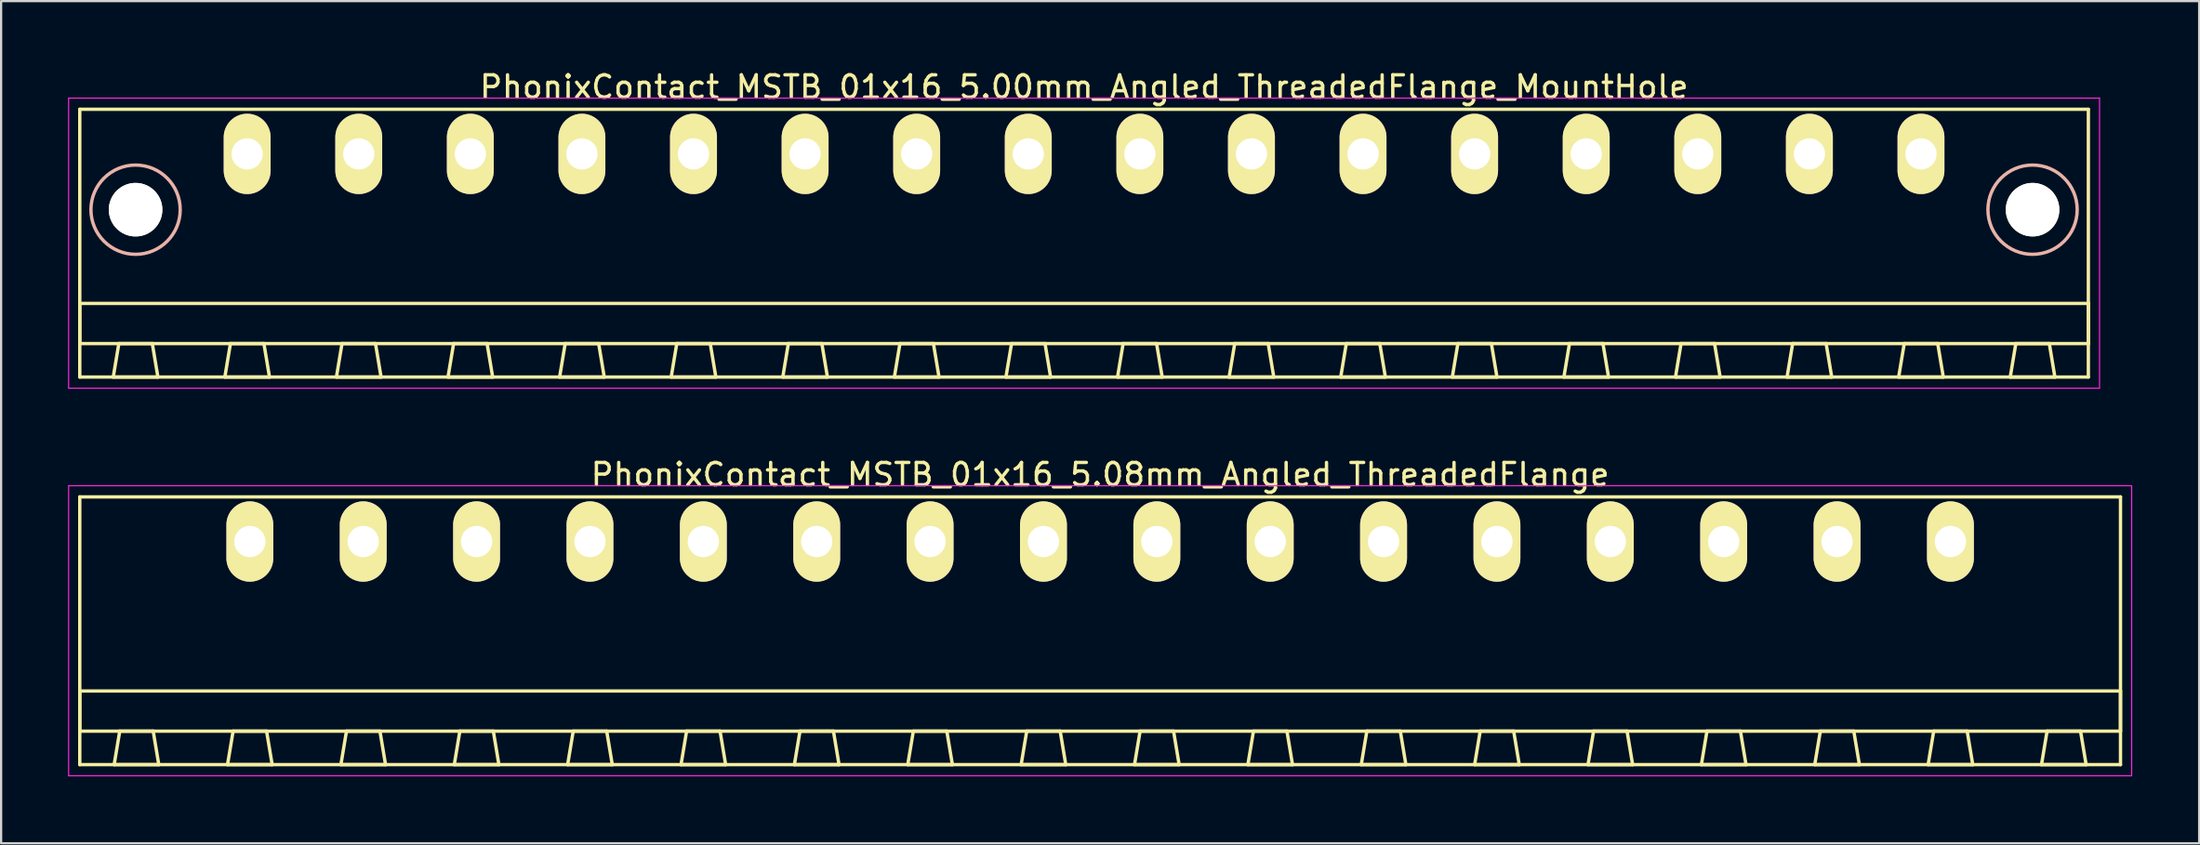
<source format=kicad_pcb>
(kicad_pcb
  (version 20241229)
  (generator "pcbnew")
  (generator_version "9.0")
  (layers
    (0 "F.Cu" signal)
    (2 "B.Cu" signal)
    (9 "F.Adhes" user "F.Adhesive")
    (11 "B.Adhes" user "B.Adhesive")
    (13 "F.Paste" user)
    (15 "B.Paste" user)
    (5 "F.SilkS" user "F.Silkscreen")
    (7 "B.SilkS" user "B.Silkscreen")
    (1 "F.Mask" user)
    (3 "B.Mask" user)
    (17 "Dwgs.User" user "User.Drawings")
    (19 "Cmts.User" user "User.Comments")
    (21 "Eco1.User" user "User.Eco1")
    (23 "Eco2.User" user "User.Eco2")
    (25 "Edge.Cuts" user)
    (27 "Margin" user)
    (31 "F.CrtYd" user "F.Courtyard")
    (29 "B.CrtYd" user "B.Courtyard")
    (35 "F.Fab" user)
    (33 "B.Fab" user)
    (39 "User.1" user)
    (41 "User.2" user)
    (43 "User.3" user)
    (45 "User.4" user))
  (footprint "PhonixContact_MSTB_01x16_5.08mm_Angled_ThreadedFlange"
    (layer "F.Cu")
    (at 8.145 21.221)
    (property "Reference" "PhonixContact_MSTB_01x16_5.08mm_Angled_ThreadedFlange" (at 38.1 -3 0) (layer "F.SilkS") (effects (font (size 1 1) (thickness 0.15))))
    (attr through_hole)
    (fp_line (start -7.62 -2) (end -7.62 10) (stroke (width 0.15) (type solid)) (layer "F.SilkS"))
    (fp_line (start -7.62 6.7) (end 83.82 6.7) (stroke (width 0.15) (type solid)) (layer "F.SilkS"))
    (fp_line (start -7.62 8.5) (end -7.62 6.7) (stroke (width 0.15) (type solid)) (layer "F.SilkS"))
    (fp_line (start -7.62 10) (end 83.82 10) (stroke (width 0.15) (type solid)) (layer "F.SilkS"))
    (fp_line (start -6.08 10) (end -4.08 10) (stroke (width 0.15) (type solid)) (layer "F.SilkS"))
    (fp_line (start -5.83 8.5) (end -6.08 10) (stroke (width 0.15) (type solid)) (layer "F.SilkS"))
    (fp_line (start -4.33 8.5) (end -5.83 8.5) (stroke (width 0.15) (type solid)) (layer "F.SilkS"))
    (fp_line (start -4.08 10) (end -4.33 8.5) (stroke (width 0.15) (type solid)) (layer "F.SilkS"))
    (fp_line (start -1 10) (end 1 10) (stroke (width 0.15) (type solid)) (layer "F.SilkS"))
    (fp_line (start -0.75 8.5) (end -1 10) (stroke (width 0.15) (type solid)) (layer "F.SilkS"))
    (fp_line (start 0.75 8.5) (end -0.75 8.5) (stroke (width 0.15) (type solid)) (layer "F.SilkS"))
    (fp_line (start 1 10) (end 0.75 8.5) (stroke (width 0.15) (type solid)) (layer "F.SilkS"))
    (fp_line (start 4.08 10) (end 6.08 10) (stroke (width 0.15) (type solid)) (layer "F.SilkS"))
    (fp_line (start 4.33 8.5) (end 4.08 10) (stroke (width 0.15) (type solid)) (layer "F.SilkS"))
    (fp_line (start 5.83 8.5) (end 4.33 8.5) (stroke (width 0.15) (type solid)) (layer "F.SilkS"))
    (fp_line (start 6.08 10) (end 5.83 8.5) (stroke (width 0.15) (type solid)) (layer "F.SilkS"))
    (fp_line (start 9.16 10) (end 11.16 10) (stroke (width 0.15) (type solid)) (layer "F.SilkS"))
    (fp_line (start 9.41 8.5) (end 9.16 10) (stroke (width 0.15) (type solid)) (layer "F.SilkS"))
    (fp_line (start 10.91 8.5) (end 9.41 8.5) (stroke (width 0.15) (type solid)) (layer "F.SilkS"))
    (fp_line (start 11.16 10) (end 10.91 8.5) (stroke (width 0.15) (type solid)) (layer "F.SilkS"))
    (fp_line (start 14.24 10) (end 16.24 10) (stroke (width 0.15) (type solid)) (layer "F.SilkS"))
    (fp_line (start 14.49 8.5) (end 14.24 10) (stroke (width 0.15) (type solid)) (layer "F.SilkS"))
    (fp_line (start 15.99 8.5) (end 14.49 8.5) (stroke (width 0.15) (type solid)) (layer "F.SilkS"))
    (fp_line (start 16.24 10) (end 15.99 8.5) (stroke (width 0.15) (type solid)) (layer "F.SilkS"))
    (fp_line (start 19.32 10) (end 21.32 10) (stroke (width 0.15) (type solid)) (layer "F.SilkS"))
    (fp_line (start 19.57 8.5) (end 19.32 10) (stroke (width 0.15) (type solid)) (layer "F.SilkS"))
    (fp_line (start 21.07 8.5) (end 19.57 8.5) (stroke (width 0.15) (type solid)) (layer "F.SilkS"))
    (fp_line (start 21.32 10) (end 21.07 8.5) (stroke (width 0.15) (type solid)) (layer "F.SilkS"))
    (fp_line (start 24.4 10) (end 26.4 10) (stroke (width 0.15) (type solid)) (layer "F.SilkS"))
    (fp_line (start 24.65 8.5) (end 24.4 10) (stroke (width 0.15) (type solid)) (layer "F.SilkS"))
    (fp_line (start 26.15 8.5) (end 24.65 8.5) (stroke (width 0.15) (type solid)) (layer "F.SilkS"))
    (fp_line (start 26.4 10) (end 26.15 8.5) (stroke (width 0.15) (type solid)) (layer "F.SilkS"))
    (fp_line (start 29.48 10) (end 31.48 10) (stroke (width 0.15) (type solid)) (layer "F.SilkS"))
    (fp_line (start 29.73 8.5) (end 29.48 10) (stroke (width 0.15) (type solid)) (layer "F.SilkS"))
    (fp_line (start 31.23 8.5) (end 29.73 8.5) (stroke (width 0.15) (type solid)) (layer "F.SilkS"))
    (fp_line (start 31.48 10) (end 31.23 8.5) (stroke (width 0.15) (type solid)) (layer "F.SilkS"))
    (fp_line (start 34.56 10) (end 36.56 10) (stroke (width 0.15) (type solid)) (layer "F.SilkS"))
    (fp_line (start 34.81 8.5) (end 34.56 10) (stroke (width 0.15) (type solid)) (layer "F.SilkS"))
    (fp_line (start 36.31 8.5) (end 34.81 8.5) (stroke (width 0.15) (type solid)) (layer "F.SilkS"))
    (fp_line (start 36.56 10) (end 36.31 8.5) (stroke (width 0.15) (type solid)) (layer "F.SilkS"))
    (fp_line (start 39.64 10) (end 41.64 10) (stroke (width 0.15) (type solid)) (layer "F.SilkS"))
    (fp_line (start 39.89 8.5) (end 39.64 10) (stroke (width 0.15) (type solid)) (layer "F.SilkS"))
    (fp_line (start 41.39 8.5) (end 39.89 8.5) (stroke (width 0.15) (type solid)) (layer "F.SilkS"))
    (fp_line (start 41.64 10) (end 41.39 8.5) (stroke (width 0.15) (type solid)) (layer "F.SilkS"))
    (fp_line (start 44.72 10) (end 46.72 10) (stroke (width 0.15) (type solid)) (layer "F.SilkS"))
    (fp_line (start 44.97 8.5) (end 44.72 10) (stroke (width 0.15) (type solid)) (layer "F.SilkS"))
    (fp_line (start 46.47 8.5) (end 44.97 8.5) (stroke (width 0.15) (type solid)) (layer "F.SilkS"))
    (fp_line (start 46.72 10) (end 46.47 8.5) (stroke (width 0.15) (type solid)) (layer "F.SilkS"))
    (fp_line (start 49.8 10) (end 51.8 10) (stroke (width 0.15) (type solid)) (layer "F.SilkS"))
    (fp_line (start 50.05 8.5) (end 49.8 10) (stroke (width 0.15) (type solid)) (layer "F.SilkS"))
    (fp_line (start 51.55 8.5) (end 50.05 8.5) (stroke (width 0.15) (type solid)) (layer "F.SilkS"))
    (fp_line (start 51.8 10) (end 51.55 8.5) (stroke (width 0.15) (type solid)) (layer "F.SilkS"))
    (fp_line (start 54.88 10) (end 56.88 10) (stroke (width 0.15) (type solid)) (layer "F.SilkS"))
    (fp_line (start 55.13 8.5) (end 54.88 10) (stroke (width 0.15) (type solid)) (layer "F.SilkS"))
    (fp_line (start 56.63 8.5) (end 55.13 8.5) (stroke (width 0.15) (type solid)) (layer "F.SilkS"))
    (fp_line (start 56.88 10) (end 56.63 8.5) (stroke (width 0.15) (type solid)) (layer "F.SilkS"))
    (fp_line (start 59.96 10) (end 61.96 10) (stroke (width 0.15) (type solid)) (layer "F.SilkS"))
    (fp_line (start 60.21 8.5) (end 59.96 10) (stroke (width 0.15) (type solid)) (layer "F.SilkS"))
    (fp_line (start 61.71 8.5) (end 60.21 8.5) (stroke (width 0.15) (type solid)) (layer "F.SilkS"))
    (fp_line (start 61.96 10) (end 61.71 8.5) (stroke (width 0.15) (type solid)) (layer "F.SilkS"))
    (fp_line (start 65.04 10) (end 67.04 10) (stroke (width 0.15) (type solid)) (layer "F.SilkS"))
    (fp_line (start 65.29 8.5) (end 65.04 10) (stroke (width 0.15) (type solid)) (layer "F.SilkS"))
    (fp_line (start 66.79 8.5) (end 65.29 8.5) (stroke (width 0.15) (type solid)) (layer "F.SilkS"))
    (fp_line (start 67.04 10) (end 66.79 8.5) (stroke (width 0.15) (type solid)) (layer "F.SilkS"))
    (fp_line (start 70.12 10) (end 72.12 10) (stroke (width 0.15) (type solid)) (layer "F.SilkS"))
    (fp_line (start 70.37 8.5) (end 70.12 10) (stroke (width 0.15) (type solid)) (layer "F.SilkS"))
    (fp_line (start 71.87 8.5) (end 70.37 8.5) (stroke (width 0.15) (type solid)) (layer "F.SilkS"))
    (fp_line (start 72.12 10) (end 71.87 8.5) (stroke (width 0.15) (type solid)) (layer "F.SilkS"))
    (fp_line (start 75.2 10) (end 77.2 10) (stroke (width 0.15) (type solid)) (layer "F.SilkS"))
    (fp_line (start 75.45 8.5) (end 75.2 10) (stroke (width 0.15) (type solid)) (layer "F.SilkS"))
    (fp_line (start 76.95 8.5) (end 75.45 8.5) (stroke (width 0.15) (type solid)) (layer "F.SilkS"))
    (fp_line (start 77.2 10) (end 76.95 8.5) (stroke (width 0.15) (type solid)) (layer "F.SilkS"))
    (fp_line (start 80.28 10) (end 82.28 10) (stroke (width 0.15) (type solid)) (layer "F.SilkS"))
    (fp_line (start 80.53 8.5) (end 80.28 10) (stroke (width 0.15) (type solid)) (layer "F.SilkS"))
    (fp_line (start 82.03 8.5) (end 80.53 8.5) (stroke (width 0.15) (type solid)) (layer "F.SilkS"))
    (fp_line (start 82.28 10) (end 82.03 8.5) (stroke (width 0.15) (type solid)) (layer "F.SilkS"))
    (fp_line (start 83.82 -2) (end -7.62 -2) (stroke (width 0.15) (type solid)) (layer "F.SilkS"))
    (fp_line (start 83.82 6.7) (end 83.82 8.5) (stroke (width 0.15) (type solid)) (layer "F.SilkS"))
    (fp_line (start 83.82 8.5) (end -7.62 8.5) (stroke (width 0.15) (type solid)) (layer "F.SilkS"))
    (fp_line (start 83.82 10) (end 83.82 -2) (stroke (width 0.15) (type solid)) (layer "F.SilkS"))
    (fp_line (start -8.12 -2.5) (end -8.12 10.5) (stroke (width 0.05) (type solid)) (layer "F.CrtYd"))
    (fp_line (start -8.12 10.5) (end 84.32 10.5) (stroke (width 0.05) (type solid)) (layer "F.CrtYd"))
    (fp_line (start 84.32 -2.5) (end -8.12 -2.5) (stroke (width 0.05) (type solid)) (layer "F.CrtYd"))
    (fp_line (start 84.32 10.5) (end 84.32 -2.5) (stroke (width 0.05) (type solid)) (layer "F.CrtYd"))
    (pad "1" thru_hole oval (at 0 0) (size 2.1 3.6) (drill 1.4) (layers "*.Cu" "*.Mask" "F.SilkS"))
    (pad "2" thru_hole oval (at 5.08 0) (size 2.1 3.6) (drill 1.4) (layers "*.Cu" "*.Mask" "F.SilkS"))
    (pad "3" thru_hole oval (at 10.16 0) (size 2.1 3.6) (drill 1.4) (layers "*.Cu" "*.Mask" "F.SilkS"))
    (pad "4" thru_hole oval (at 15.24 0) (size 2.1 3.6) (drill 1.4) (layers "*.Cu" "*.Mask" "F.SilkS"))
    (pad "5" thru_hole oval (at 20.32 0) (size 2.1 3.6) (drill 1.4) (layers "*.Cu" "*.Mask" "F.SilkS"))
    (pad "6" thru_hole oval (at 25.4 0) (size 2.1 3.6) (drill 1.4) (layers "*.Cu" "*.Mask" "F.SilkS"))
    (pad "7" thru_hole oval (at 30.48 0) (size 2.1 3.6) (drill 1.4) (layers "*.Cu" "*.Mask" "F.SilkS"))
    (pad "8" thru_hole oval (at 35.56 0) (size 2.1 3.6) (drill 1.4) (layers "*.Cu" "*.Mask" "F.SilkS"))
    (pad "9" thru_hole oval (at 40.64 0) (size 2.1 3.6) (drill 1.4) (layers "*.Cu" "*.Mask" "F.SilkS"))
    (pad "10" thru_hole oval (at 45.72 0) (size 2.1 3.6) (drill 1.4) (layers "*.Cu" "*.Mask" "F.SilkS"))
    (pad "11" thru_hole oval (at 50.8 0) (size 2.1 3.6) (drill 1.4) (layers "*.Cu" "*.Mask" "F.SilkS"))
    (pad "12" thru_hole oval (at 55.88 0) (size 2.1 3.6) (drill 1.4) (layers "*.Cu" "*.Mask" "F.SilkS"))
    (pad "13" thru_hole oval (at 60.96 0) (size 2.1 3.6) (drill 1.4) (layers "*.Cu" "*.Mask" "F.SilkS"))
    (pad "14" thru_hole oval (at 66.04 0) (size 2.1 3.6) (drill 1.4) (layers "*.Cu" "*.Mask" "F.SilkS"))
    (pad "15" thru_hole oval (at 71.12 0) (size 2.1 3.6) (drill 1.4) (layers "*.Cu" "*.Mask" "F.SilkS"))
    (pad "16" thru_hole oval (at 76.2 0) (size 2.1 3.6) (drill 1.4) (layers "*.Cu" "*.Mask" "F.SilkS")))
  (footprint "PhonixContact_MSTB_01x16_5.00mm_Angled_ThreadedFlange_MountHole"
    (layer "F.Cu")
    (at 8.025 3.848)
    (property "Reference" "PhonixContact_MSTB_01x16_5.00mm_Angled_ThreadedFlange_MountHole" (at 37.5 -3 0) (layer "F.SilkS") (effects (font (size 1 1) (thickness 0.15))))
    (attr through_hole)
    (fp_line (start -7.5 -2) (end -7.5 10) (stroke (width 0.15) (type solid)) (layer "F.SilkS"))
    (fp_line (start -7.5 6.7) (end 82.5 6.7) (stroke (width 0.15) (type solid)) (layer "F.SilkS"))
    (fp_line (start -7.5 8.5) (end -7.5 6.7) (stroke (width 0.15) (type solid)) (layer "F.SilkS"))
    (fp_line (start -7.5 10) (end 82.5 10) (stroke (width 0.15) (type solid)) (layer "F.SilkS"))
    (fp_line (start -6 10) (end -4 10) (stroke (width 0.15) (type solid)) (layer "F.SilkS"))
    (fp_line (start -5.75 8.5) (end -6 10) (stroke (width 0.15) (type solid)) (layer "F.SilkS"))
    (fp_line (start -4.25 8.5) (end -5.75 8.5) (stroke (width 0.15) (type solid)) (layer "F.SilkS"))
    (fp_line (start -4 10) (end -4.25 8.5) (stroke (width 0.15) (type solid)) (layer "F.SilkS"))
    (fp_line (start -1 10) (end 1 10) (stroke (width 0.15) (type solid)) (layer "F.SilkS"))
    (fp_line (start -0.75 8.5) (end -1 10) (stroke (width 0.15) (type solid)) (layer "F.SilkS"))
    (fp_line (start 0.75 8.5) (end -0.75 8.5) (stroke (width 0.15) (type solid)) (layer "F.SilkS"))
    (fp_line (start 1 10) (end 0.75 8.5) (stroke (width 0.15) (type solid)) (layer "F.SilkS"))
    (fp_line (start 4 10) (end 6 10) (stroke (width 0.15) (type solid)) (layer "F.SilkS"))
    (fp_line (start 4.25 8.5) (end 4 10) (stroke (width 0.15) (type solid)) (layer "F.SilkS"))
    (fp_line (start 5.75 8.5) (end 4.25 8.5) (stroke (width 0.15) (type solid)) (layer "F.SilkS"))
    (fp_line (start 6 10) (end 5.75 8.5) (stroke (width 0.15) (type solid)) (layer "F.SilkS"))
    (fp_line (start 9 10) (end 11 10) (stroke (width 0.15) (type solid)) (layer "F.SilkS"))
    (fp_line (start 9.25 8.5) (end 9 10) (stroke (width 0.15) (type solid)) (layer "F.SilkS"))
    (fp_line (start 10.75 8.5) (end 9.25 8.5) (stroke (width 0.15) (type solid)) (layer "F.SilkS"))
    (fp_line (start 11 10) (end 10.75 8.5) (stroke (width 0.15) (type solid)) (layer "F.SilkS"))
    (fp_line (start 14 10) (end 16 10) (stroke (width 0.15) (type solid)) (layer "F.SilkS"))
    (fp_line (start 14.25 8.5) (end 14 10) (stroke (width 0.15) (type solid)) (layer "F.SilkS"))
    (fp_line (start 15.75 8.5) (end 14.25 8.5) (stroke (width 0.15) (type solid)) (layer "F.SilkS"))
    (fp_line (start 16 10) (end 15.75 8.5) (stroke (width 0.15) (type solid)) (layer "F.SilkS"))
    (fp_line (start 19 10) (end 21 10) (stroke (width 0.15) (type solid)) (layer "F.SilkS"))
    (fp_line (start 19.25 8.5) (end 19 10) (stroke (width 0.15) (type solid)) (layer "F.SilkS"))
    (fp_line (start 20.75 8.5) (end 19.25 8.5) (stroke (width 0.15) (type solid)) (layer "F.SilkS"))
    (fp_line (start 21 10) (end 20.75 8.5) (stroke (width 0.15) (type solid)) (layer "F.SilkS"))
    (fp_line (start 24 10) (end 26 10) (stroke (width 0.15) (type solid)) (layer "F.SilkS"))
    (fp_line (start 24.25 8.5) (end 24 10) (stroke (width 0.15) (type solid)) (layer "F.SilkS"))
    (fp_line (start 25.75 8.5) (end 24.25 8.5) (stroke (width 0.15) (type solid)) (layer "F.SilkS"))
    (fp_line (start 26 10) (end 25.75 8.5) (stroke (width 0.15) (type solid)) (layer "F.SilkS"))
    (fp_line (start 29 10) (end 31 10) (stroke (width 0.15) (type solid)) (layer "F.SilkS"))
    (fp_line (start 29.25 8.5) (end 29 10) (stroke (width 0.15) (type solid)) (layer "F.SilkS"))
    (fp_line (start 30.75 8.5) (end 29.25 8.5) (stroke (width 0.15) (type solid)) (layer "F.SilkS"))
    (fp_line (start 31 10) (end 30.75 8.5) (stroke (width 0.15) (type solid)) (layer "F.SilkS"))
    (fp_line (start 34 10) (end 36 10) (stroke (width 0.15) (type solid)) (layer "F.SilkS"))
    (fp_line (start 34.25 8.5) (end 34 10) (stroke (width 0.15) (type solid)) (layer "F.SilkS"))
    (fp_line (start 35.75 8.5) (end 34.25 8.5) (stroke (width 0.15) (type solid)) (layer "F.SilkS"))
    (fp_line (start 36 10) (end 35.75 8.5) (stroke (width 0.15) (type solid)) (layer "F.SilkS"))
    (fp_line (start 39 10) (end 41 10) (stroke (width 0.15) (type solid)) (layer "F.SilkS"))
    (fp_line (start 39.25 8.5) (end 39 10) (stroke (width 0.15) (type solid)) (layer "F.SilkS"))
    (fp_line (start 40.75 8.5) (end 39.25 8.5) (stroke (width 0.15) (type solid)) (layer "F.SilkS"))
    (fp_line (start 41 10) (end 40.75 8.5) (stroke (width 0.15) (type solid)) (layer "F.SilkS"))
    (fp_line (start 44 10) (end 46 10) (stroke (width 0.15) (type solid)) (layer "F.SilkS"))
    (fp_line (start 44.25 8.5) (end 44 10) (stroke (width 0.15) (type solid)) (layer "F.SilkS"))
    (fp_line (start 45.75 8.5) (end 44.25 8.5) (stroke (width 0.15) (type solid)) (layer "F.SilkS"))
    (fp_line (start 46 10) (end 45.75 8.5) (stroke (width 0.15) (type solid)) (layer "F.SilkS"))
    (fp_line (start 49 10) (end 51 10) (stroke (width 0.15) (type solid)) (layer "F.SilkS"))
    (fp_line (start 49.25 8.5) (end 49 10) (stroke (width 0.15) (type solid)) (layer "F.SilkS"))
    (fp_line (start 50.75 8.5) (end 49.25 8.5) (stroke (width 0.15) (type solid)) (layer "F.SilkS"))
    (fp_line (start 51 10) (end 50.75 8.5) (stroke (width 0.15) (type solid)) (layer "F.SilkS"))
    (fp_line (start 54 10) (end 56 10) (stroke (width 0.15) (type solid)) (layer "F.SilkS"))
    (fp_line (start 54.25 8.5) (end 54 10) (stroke (width 0.15) (type solid)) (layer "F.SilkS"))
    (fp_line (start 55.75 8.5) (end 54.25 8.5) (stroke (width 0.15) (type solid)) (layer "F.SilkS"))
    (fp_line (start 56 10) (end 55.75 8.5) (stroke (width 0.15) (type solid)) (layer "F.SilkS"))
    (fp_line (start 59 10) (end 61 10) (stroke (width 0.15) (type solid)) (layer "F.SilkS"))
    (fp_line (start 59.25 8.5) (end 59 10) (stroke (width 0.15) (type solid)) (layer "F.SilkS"))
    (fp_line (start 60.75 8.5) (end 59.25 8.5) (stroke (width 0.15) (type solid)) (layer "F.SilkS"))
    (fp_line (start 61 10) (end 60.75 8.5) (stroke (width 0.15) (type solid)) (layer "F.SilkS"))
    (fp_line (start 64 10) (end 66 10) (stroke (width 0.15) (type solid)) (layer "F.SilkS"))
    (fp_line (start 64.25 8.5) (end 64 10) (stroke (width 0.15) (type solid)) (layer "F.SilkS"))
    (fp_line (start 65.75 8.5) (end 64.25 8.5) (stroke (width 0.15) (type solid)) (layer "F.SilkS"))
    (fp_line (start 66 10) (end 65.75 8.5) (stroke (width 0.15) (type solid)) (layer "F.SilkS"))
    (fp_line (start 69 10) (end 71 10) (stroke (width 0.15) (type solid)) (layer "F.SilkS"))
    (fp_line (start 69.25 8.5) (end 69 10) (stroke (width 0.15) (type solid)) (layer "F.SilkS"))
    (fp_line (start 70.75 8.5) (end 69.25 8.5) (stroke (width 0.15) (type solid)) (layer "F.SilkS"))
    (fp_line (start 71 10) (end 70.75 8.5) (stroke (width 0.15) (type solid)) (layer "F.SilkS"))
    (fp_line (start 74 10) (end 76 10) (stroke (width 0.15) (type solid)) (layer "F.SilkS"))
    (fp_line (start 74.25 8.5) (end 74 10) (stroke (width 0.15) (type solid)) (layer "F.SilkS"))
    (fp_line (start 75.75 8.5) (end 74.25 8.5) (stroke (width 0.15) (type solid)) (layer "F.SilkS"))
    (fp_line (start 76 10) (end 75.75 8.5) (stroke (width 0.15) (type solid)) (layer "F.SilkS"))
    (fp_line (start 79 10) (end 81 10) (stroke (width 0.15) (type solid)) (layer "F.SilkS"))
    (fp_line (start 79.25 8.5) (end 79 10) (stroke (width 0.15) (type solid)) (layer "F.SilkS"))
    (fp_line (start 80.75 8.5) (end 79.25 8.5) (stroke (width 0.15) (type solid)) (layer "F.SilkS"))
    (fp_line (start 81 10) (end 80.75 8.5) (stroke (width 0.15) (type solid)) (layer "F.SilkS"))
    (fp_line (start 82.5 -2) (end -7.5 -2) (stroke (width 0.15) (type solid)) (layer "F.SilkS"))
    (fp_line (start 82.5 6.7) (end 82.5 8.5) (stroke (width 0.15) (type solid)) (layer "F.SilkS"))
    (fp_line (start 82.5 8.5) (end -7.5 8.5) (stroke (width 0.15) (type solid)) (layer "F.SilkS"))
    (fp_line (start 82.5 10) (end 82.5 -2) (stroke (width 0.15) (type solid)) (layer "F.SilkS"))
    (fp_circle (center -5 2.5) (end -3 2.5) (stroke (width 0.15) (type solid)) (fill no) (layer "B.SilkS"))
    (fp_circle (center 80 2.5) (end 82 2.5) (stroke (width 0.15) (type solid)) (fill no) (layer "B.SilkS"))
    (fp_line (start -8 -2.5) (end -8 10.5) (stroke (width 0.05) (type solid)) (layer "F.CrtYd"))
    (fp_line (start -8 10.5) (end 83 10.5) (stroke (width 0.05) (type solid)) (layer "F.CrtYd"))
    (fp_line (start 83 -2.5) (end -8 -2.5) (stroke (width 0.05) (type solid)) (layer "F.CrtYd"))
    (fp_line (start 83 10.5) (end 83 -2.5) (stroke (width 0.05) (type solid)) (layer "F.CrtYd"))
    (pad "" np_thru_hole circle (at -5 2.5) (size 2.4 2.4) (drill 2.4) (layers "*.Cu" "*.Mask" "F.SilkS"))
    (pad "" np_thru_hole circle (at 80 2.5) (size 2.4 2.4) (drill 2.4) (layers "*.Cu" "*.Mask" "F.SilkS"))
    (pad "1" thru_hole oval (at 0 0) (size 2.1 3.6) (drill 1.4) (layers "*.Cu" "*.Mask" "F.SilkS"))
    (pad "2" thru_hole oval (at 5 0) (size 2.1 3.6) (drill 1.4) (layers "*.Cu" "*.Mask" "F.SilkS"))
    (pad "3" thru_hole oval (at 10 0) (size 2.1 3.6) (drill 1.4) (layers "*.Cu" "*.Mask" "F.SilkS"))
    (pad "4" thru_hole oval (at 15 0) (size 2.1 3.6) (drill 1.4) (layers "*.Cu" "*.Mask" "F.SilkS"))
    (pad "5" thru_hole oval (at 20 0) (size 2.1 3.6) (drill 1.4) (layers "*.Cu" "*.Mask" "F.SilkS"))
    (pad "6" thru_hole oval (at 25 0) (size 2.1 3.6) (drill 1.4) (layers "*.Cu" "*.Mask" "F.SilkS"))
    (pad "7" thru_hole oval (at 30 0) (size 2.1 3.6) (drill 1.4) (layers "*.Cu" "*.Mask" "F.SilkS"))
    (pad "8" thru_hole oval (at 35 0) (size 2.1 3.6) (drill 1.4) (layers "*.Cu" "*.Mask" "F.SilkS"))
    (pad "9" thru_hole oval (at 40 0) (size 2.1 3.6) (drill 1.4) (layers "*.Cu" "*.Mask" "F.SilkS"))
    (pad "10" thru_hole oval (at 45 0) (size 2.1 3.6) (drill 1.4) (layers "*.Cu" "*.Mask" "F.SilkS"))
    (pad "11" thru_hole oval (at 50 0) (size 2.1 3.6) (drill 1.4) (layers "*.Cu" "*.Mask" "F.SilkS"))
    (pad "12" thru_hole oval (at 55 0) (size 2.1 3.6) (drill 1.4) (layers "*.Cu" "*.Mask" "F.SilkS"))
    (pad "13" thru_hole oval (at 60 0) (size 2.1 3.6) (drill 1.4) (layers "*.Cu" "*.Mask" "F.SilkS"))
    (pad "14" thru_hole oval (at 65 0) (size 2.1 3.6) (drill 1.4) (layers "*.Cu" "*.Mask" "F.SilkS"))
    (pad "15" thru_hole oval (at 70 0) (size 2.1 3.6) (drill 1.4) (layers "*.Cu" "*.Mask" "F.SilkS"))
    (pad "16" thru_hole oval (at 75 0) (size 2.1 3.6) (drill 1.4) (layers "*.Cu" "*.Mask" "F.SilkS")))
  (gr_rect
    (start -3 -3)
    (end 95.49 34.746)
    (stroke (width 0.1) (type default))
    (fill no)
    (layer "Edge.Cuts")))
</source>
